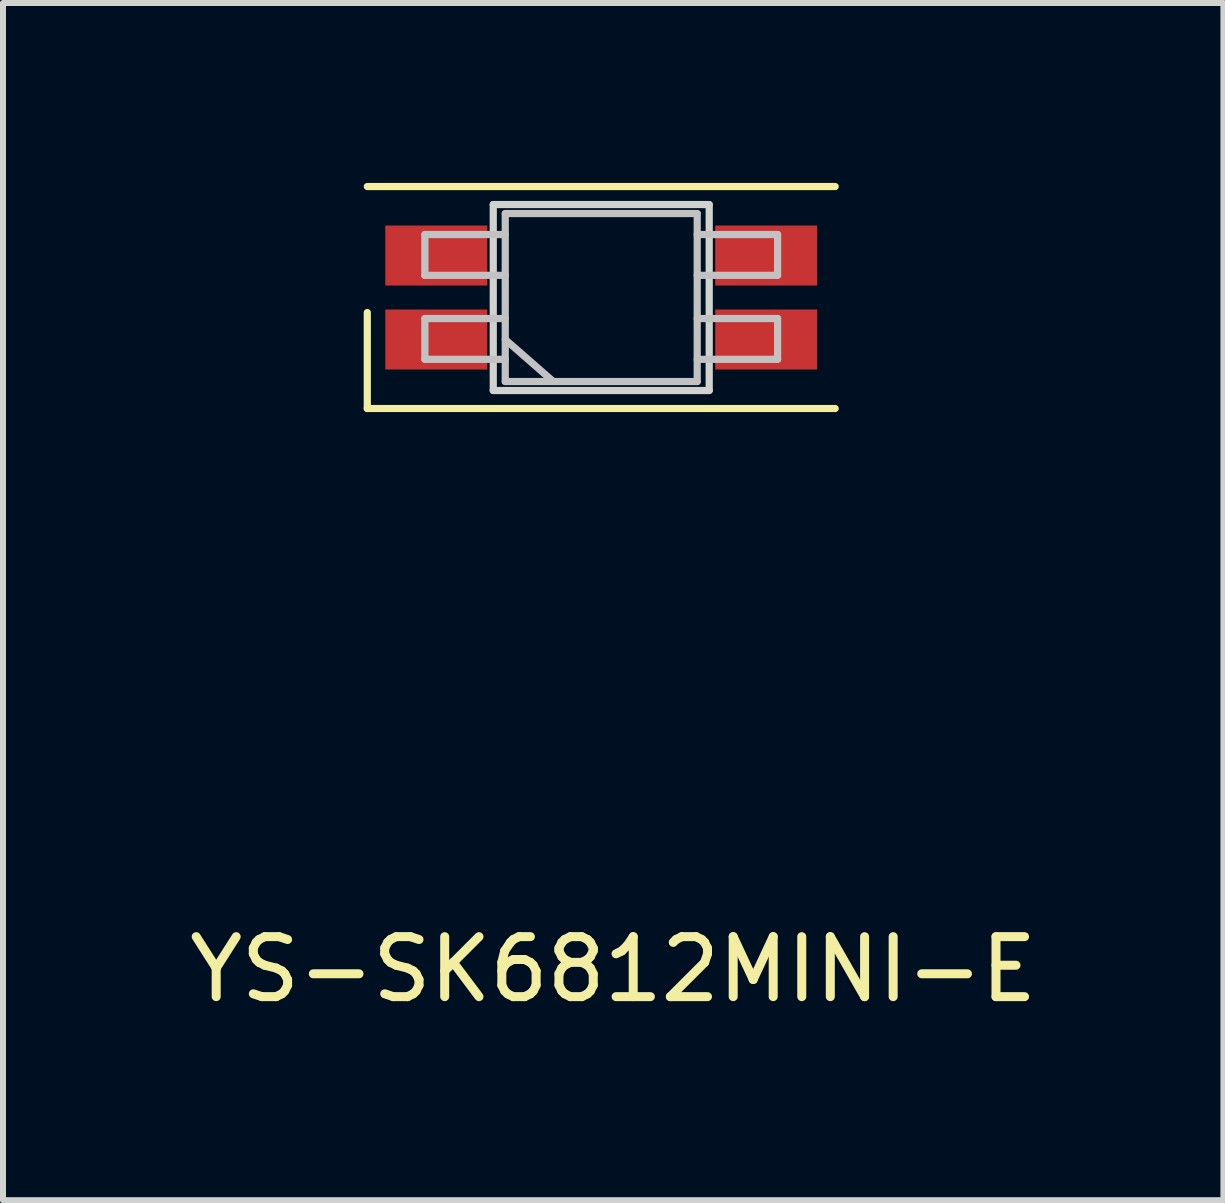
<source format=kicad_pcb>
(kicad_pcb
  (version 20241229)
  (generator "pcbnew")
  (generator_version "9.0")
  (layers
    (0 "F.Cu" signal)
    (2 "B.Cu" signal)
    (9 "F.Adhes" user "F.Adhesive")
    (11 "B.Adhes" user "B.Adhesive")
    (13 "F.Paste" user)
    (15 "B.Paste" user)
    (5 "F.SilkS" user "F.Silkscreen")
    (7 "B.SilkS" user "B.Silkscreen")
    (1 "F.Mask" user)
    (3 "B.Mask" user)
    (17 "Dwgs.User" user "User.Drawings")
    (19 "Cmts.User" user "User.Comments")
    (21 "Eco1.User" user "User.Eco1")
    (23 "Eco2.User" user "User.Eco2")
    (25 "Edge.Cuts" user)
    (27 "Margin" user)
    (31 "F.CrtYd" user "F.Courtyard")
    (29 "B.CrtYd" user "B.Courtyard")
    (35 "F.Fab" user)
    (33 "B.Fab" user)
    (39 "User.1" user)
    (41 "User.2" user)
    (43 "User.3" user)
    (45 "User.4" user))
  (footprint "YS-SK6812MINI-E"
    (layer "F.Cu")
    (at 6.973 1.91)
    (property "Reference" "YS-SK6812MINI-E" (at 0.2 11.2 180) (layer "F.SilkS") (effects (font (size 1 1) (thickness 0.15))))
    (attr through_hole)
    (fp_line (start -3.9 0.25) (end -3.9 1.85) (stroke (width 0.12) (type solid)) (layer "F.SilkS"))
    (fp_line (start -3.9 1.85) (end 3.9 1.85) (stroke (width 0.12) (type solid)) (layer "F.SilkS"))
    (fp_line (start 3.9 -1.85) (end -3.9 -1.85) (stroke (width 0.12) (type solid)) (layer "F.SilkS"))
    (fp_line (start -2.94 -1.05) (end -2.94 -0.37) (stroke (width 0.12) (type solid)) (layer "Dwgs.User"))
    (fp_line (start -2.94 -0.37) (end -1.6 -0.37) (stroke (width 0.12) (type solid)) (layer "Dwgs.User"))
    (fp_line (start -2.94 0.35) (end -2.94 1.03) (stroke (width 0.12) (type solid)) (layer "Dwgs.User"))
    (fp_line (start -2.94 1.03) (end -1.6 1.03) (stroke (width 0.12) (type solid)) (layer "Dwgs.User"))
    (fp_line (start -1.6 -1.4) (end -1.6 1.4) (stroke (width 0.12) (type solid)) (layer "Dwgs.User"))
    (fp_line (start -1.6 -1.4) (end 1.6 -1.4) (stroke (width 0.12) (type solid)) (layer "Dwgs.User"))
    (fp_line (start -1.6 -1.05) (end -2.94 -1.05) (stroke (width 0.12) (type solid)) (layer "Dwgs.User"))
    (fp_line (start -1.6 0.35) (end -2.94 0.35) (stroke (width 0.12) (type solid)) (layer "Dwgs.User"))
    (fp_line (start -1.6 0.7) (end -0.8 1.4) (stroke (width 0.12) (type solid)) (layer "Dwgs.User"))
    (fp_line (start -1.6 1.4) (end 1.6 1.4) (stroke (width 0.12) (type solid)) (layer "Dwgs.User"))
    (fp_line (start 1.6 -1.4) (end 1.6 1.4) (stroke (width 0.12) (type solid)) (layer "Dwgs.User"))
    (fp_line (start 1.6 -0.37) (end 2.94 -0.37) (stroke (width 0.12) (type solid)) (layer "Dwgs.User"))
    (fp_line (start 1.6 1.03) (end 2.94 1.03) (stroke (width 0.12) (type solid)) (layer "Dwgs.User"))
    (fp_line (start 2.94 -1.05) (end 1.6 -1.05) (stroke (width 0.12) (type solid)) (layer "Dwgs.User"))
    (fp_line (start 2.94 -0.37) (end 2.94 -1.05) (stroke (width 0.12) (type solid)) (layer "Dwgs.User"))
    (fp_line (start 2.94 0.35) (end 1.6 0.35) (stroke (width 0.12) (type solid)) (layer "Dwgs.User"))
    (fp_line (start 2.94 1.03) (end 2.94 0.35) (stroke (width 0.12) (type solid)) (layer "Dwgs.User"))
    (fp_line (start -1.8 -1.55) (end -1.8 1.55) (stroke (width 0.12) (type solid)) (layer "Edge.Cuts"))
    (fp_line (start -1.8 1.55) (end 1.8 1.55) (stroke (width 0.12) (type solid)) (layer "Edge.Cuts"))
    (fp_line (start 1.8 -1.55) (end -1.8 -1.55) (stroke (width 0.12) (type solid)) (layer "Edge.Cuts"))
    (fp_line (start 1.8 1.55) (end 1.8 -1.55) (stroke (width 0.12) (type solid)) (layer "Edge.Cuts"))
    (pad "1" smd rect (at 2.75 -0.7) (size 1.7 1) (layers "F.Cu" "F.Mask" "F.Paste"))
    (pad "2" smd rect (at 2.75 0.7) (size 1.7 1) (layers "F.Cu" "F.Mask" "F.Paste"))
    (pad "3" smd rect (at -2.75 0.7) (size 1.7 1) (layers "F.Cu" "F.Mask" "F.Paste"))
    (pad "4" smd rect (at -2.75 -0.7) (size 1.7 1) (layers "F.Cu" "F.Mask" "F.Paste")))
  (gr_rect
    (start -3 -3)
    (end 17.345 16.958)
    (stroke (width 0.1) (type default))
    (fill no)
    (layer "Edge.Cuts")))
</source>
